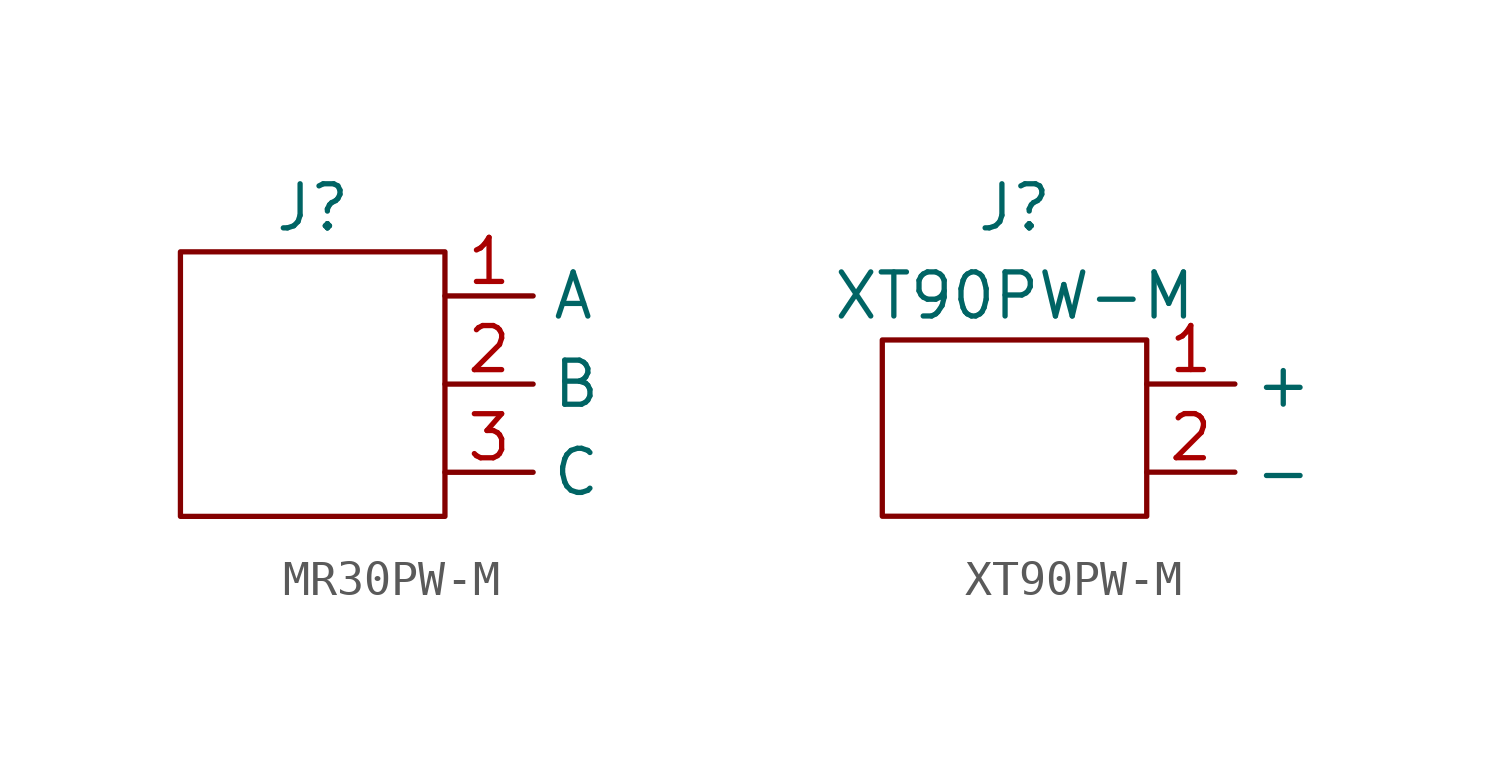
<source format=kicad_sym>
(kicad_symbol_lib
  (version 20220914)
  (generator kicad_symbol_editor)
  (symbol "MR30PW-M"
    (property "Reference" "J"
      (at 0 3.81 0)
      (effects (font (size 1.27 1.27))))
    (property "Value" ""
      (at 0 0 0)
      (effects (font (size 1.27 1.27))))
    (symbol "MR30PW-M_0_1"
      (rectangle (start -3.81 2.54) (end 3.81 -5.08) (stroke (width 0) (type default)) (fill (type none))))
    (symbol "MR30PW-M_1_1"
      (pin output line (at 3.81 1.27 0) (length 2.54) (name "A" (effects (font (size 1.27 1.27)))) (number "1" (effects (font (size 1.27 1.27)))))
      (pin output line (at 3.81 -1.27 0) (length 2.54) (name "B" (effects (font (size 1.27 1.27)))) (number "2" (effects (font (size 1.27 1.27)))))
      (pin output line (at 3.81 -3.81 0) (length 2.54) (name "C" (effects (font (size 1.27 1.27)))) (number "3" (effects (font (size 1.27 1.27)))))))
  (symbol "XT90PW-M"
    (property "Reference" "J"
      (at 0 7.62 0)
      (effects (font (size 1.27 1.27))))
    (property "Value" "XT90PW-M"
      (at 0 5.08 0)
      (effects (font (size 1.27 1.27))))
    (symbol "XT90PW-M_0_1"
      (rectangle (start -3.81 3.81) (end 3.81 -1.27) (stroke (width 0) (type default)) (fill (type none))))
    (symbol "XT90PW-M_1_1"
      (pin output line (at 3.81 2.54 0) (length 2.54) (name "+" (effects (font (size 1.27 1.27)))) (number "1" (effects (font (size 1.27 1.27)))))
      (pin output line (at 3.81 0 0) (length 2.54) (name "-" (effects (font (size 1.27 1.27)))) (number "2" (effects (font (size 1.27 1.27))))))))
</source>
